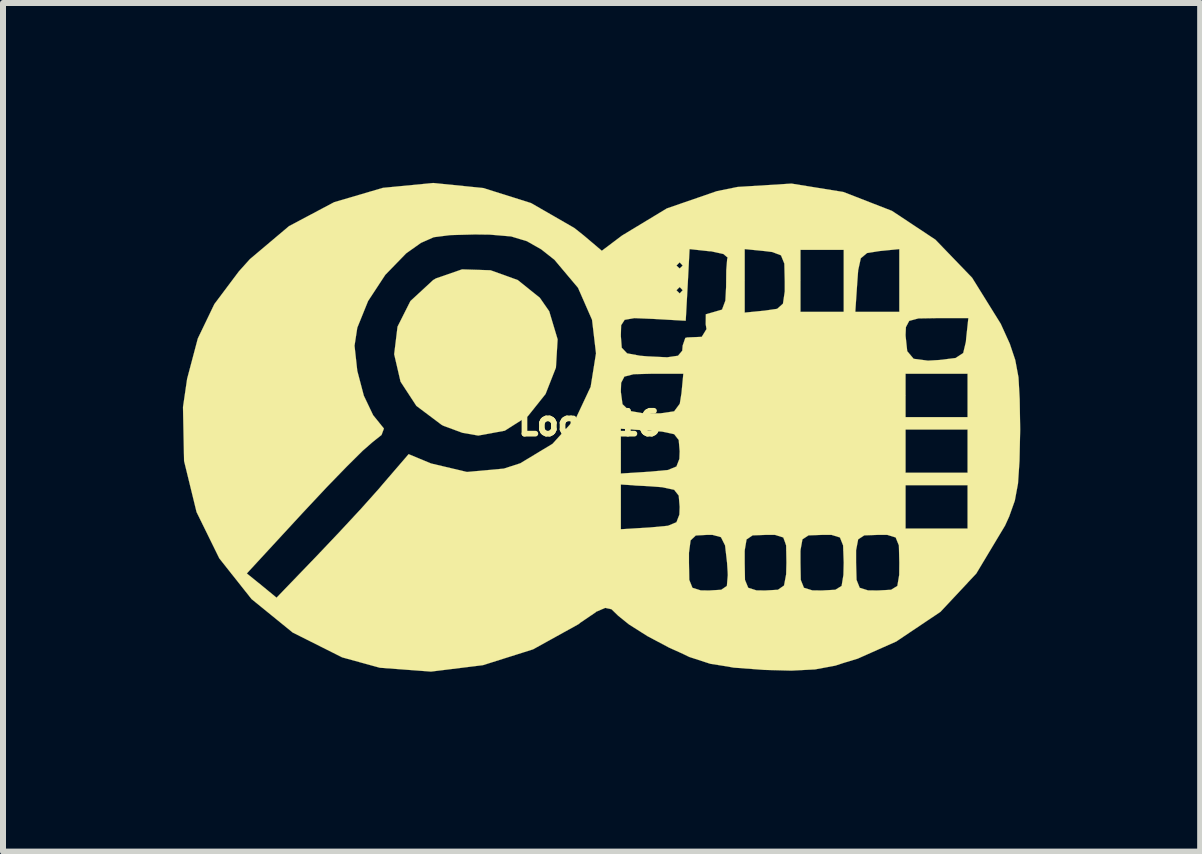
<source format=kicad_pcb>
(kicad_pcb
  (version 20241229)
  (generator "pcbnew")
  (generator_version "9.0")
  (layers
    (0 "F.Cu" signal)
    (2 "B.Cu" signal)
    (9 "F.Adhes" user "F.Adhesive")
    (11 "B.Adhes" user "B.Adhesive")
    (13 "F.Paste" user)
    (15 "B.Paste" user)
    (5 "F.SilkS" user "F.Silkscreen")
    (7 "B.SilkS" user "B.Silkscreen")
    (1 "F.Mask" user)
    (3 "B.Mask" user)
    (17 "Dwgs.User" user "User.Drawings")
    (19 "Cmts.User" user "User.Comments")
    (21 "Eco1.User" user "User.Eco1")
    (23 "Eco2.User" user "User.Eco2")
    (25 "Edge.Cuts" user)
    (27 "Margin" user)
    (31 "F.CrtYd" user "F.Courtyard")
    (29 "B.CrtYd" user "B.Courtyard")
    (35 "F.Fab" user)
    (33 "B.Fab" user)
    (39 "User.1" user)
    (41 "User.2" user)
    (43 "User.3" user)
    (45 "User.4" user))
  (footprint "Logo_16"
    (layer "F.Cu")
    (at 6.783 4.009)
    (property "Reference" "Logo_16" (at 0 0 0) (layer "F.SilkS") (effects (font (size 0.381 0.381) (thickness 0.127))))
    (attr through_hole)
    (fp_poly (pts (xy -0.536 -1.402) (xy -0.564 -0.93) (xy -0.737 -0.49) (xy -1.029 -0.124) (xy -1.417 0.122) (xy -1.859 0.203) (xy -2.123 0.157) (xy -2.433 0.043) (xy -2.469 0.025) (xy -2.891 -0.292) (xy -3.155 -0.696) (xy -3.261 -1.153) (xy -3.205 -1.613) (xy -2.99 -2.04) (xy -2.611 -2.39) (xy -2.563 -2.418) (xy -2.129 -2.568) (xy -1.654 -2.553) (xy -1.201 -2.39) (xy -0.833 -2.095) (xy -0.676 -1.869) (xy -0.536 -1.402)) (stroke (width 0.003) (type solid)) (fill yes) (layer "F.SilkS"))
    (fp_poly (pts (xy 7.176 0.102) (xy 7.165 0.625) (xy 7.14 1.001) (xy 7.087 1.288) (xy 6.993 1.552) (xy 6.924 1.704) (xy 6.444 2.504) (xy 6.312 2.644) (xy 6.312 -1.755) (xy 5.789 -1.755) (xy 5.479 -1.75) (xy 5.326 -1.709) (xy 5.271 -1.605) (xy 5.265 -1.466) (xy 5.293 -1.204) (xy 5.4 -1.077) (xy 5.639 -1.046) (xy 5.829 -1.057) (xy 6.099 -1.09) (xy 6.226 -1.173) (xy 6.271 -1.361) (xy 6.276 -1.422) (xy 6.312 -1.755) (xy 6.312 2.644) (xy 6.299 2.659) (xy 6.299 1.753) (xy 6.299 1.394) (xy 6.299 1.031) (xy 6.299 0.823) (xy 6.299 0.465) (xy 6.299 0.102) (xy 6.299 -0.104) (xy 6.299 -0.465) (xy 6.299 -0.828) (xy 5.781 -0.828) (xy 5.265 -0.828) (xy 5.265 -0.465) (xy 5.265 -0.104) (xy 5.781 -0.104) (xy 6.299 -0.104) (xy 6.299 0.102) (xy 5.781 0.102) (xy 5.265 0.102) (xy 5.265 0.465) (xy 5.265 0.823) (xy 5.781 0.823) (xy 6.299 0.823) (xy 6.299 1.031) (xy 5.781 1.031) (xy 5.265 1.031) (xy 5.265 1.394) (xy 5.265 1.753) (xy 5.781 1.753) (xy 6.299 1.753) (xy 6.299 2.659) (xy 5.847 3.142) (xy 5.161 3.602) (xy 5.161 2.322) (xy 5.161 -1.859) (xy 5.161 -2.383) (xy 5.161 -2.906) (xy 4.829 -2.873) (xy 4.623 -2.84) (xy 4.519 -2.753) (xy 4.475 -2.553) (xy 4.46 -2.349) (xy 4.427 -1.859) (xy 4.793 -1.859) (xy 5.161 -1.859) (xy 5.161 2.322) (xy 5.154 2.035) (xy 5.1 1.902) (xy 4.961 1.859) (xy 4.801 1.859) (xy 4.577 1.867) (xy 4.475 1.933) (xy 4.44 2.116) (xy 4.44 2.322) (xy 4.448 2.609) (xy 4.501 2.741) (xy 4.638 2.784) (xy 4.801 2.786) (xy 5.024 2.774) (xy 5.128 2.71) (xy 5.159 2.527) (xy 5.161 2.322) (xy 5.161 3.602) (xy 5.113 3.635) (xy 4.468 3.922) (xy 4.234 3.993) (xy 4.234 2.322) (xy 4.234 -1.859) (xy 4.234 -2.375) (xy 4.234 -2.893) (xy 3.871 -2.893) (xy 3.513 -2.893) (xy 3.513 -2.375) (xy 3.513 -1.859) (xy 3.871 -1.859) (xy 4.234 -1.859) (xy 4.234 2.322) (xy 4.224 2.035) (xy 4.171 1.902) (xy 4.031 1.859) (xy 3.871 1.859) (xy 3.647 1.867) (xy 3.546 1.933) (xy 3.513 2.116) (xy 3.513 2.322) (xy 3.518 2.609) (xy 3.571 2.741) (xy 3.711 2.784) (xy 3.871 2.786) (xy 4.094 2.774) (xy 4.199 2.71) (xy 4.229 2.527) (xy 4.234 2.322) (xy 4.234 3.993) (xy 4.094 4.039) (xy 3.754 4.102) (xy 3.36 4.122) (xy 3.279 4.12) (xy 3.279 2.322) (xy 3.274 2.035) (xy 3.251 1.968) (xy 3.251 -2.2) (xy 3.251 -2.375) (xy 3.244 -2.664) (xy 3.188 -2.802) (xy 3.043 -2.857) (xy 2.916 -2.873) (xy 2.583 -2.906) (xy 2.583 -2.375) (xy 2.583 -1.847) (xy 2.916 -1.88) (xy 3.124 -1.91) (xy 3.221 -1.996) (xy 3.251 -2.2) (xy 3.251 1.968) (xy 3.226 1.902) (xy 3.089 1.859) (xy 2.934 1.859) (xy 2.715 1.867) (xy 2.614 1.935) (xy 2.583 2.118) (xy 2.583 2.322) (xy 2.588 2.609) (xy 2.642 2.741) (xy 2.779 2.784) (xy 2.926 2.786) (xy 3.137 2.774) (xy 3.239 2.703) (xy 3.274 2.517) (xy 3.279 2.322) (xy 3.279 4.12) (xy 2.908 4.11) (xy 2.398 4.072) (xy 2.301 4.054) (xy 2.301 2.53) (xy 2.299 2.477) (xy 2.299 -2.764) (xy 2.228 -2.824) (xy 2.019 -2.87) (xy 1.994 -2.87) (xy 1.664 -2.906) (xy 1.633 -2.311) (xy 1.6 -1.712) (xy 1.549 -1.714) (xy 1.549 -2.22) (xy 1.549 -2.631) (xy 1.499 -2.685) (xy 1.445 -2.631) (xy 1.499 -2.583) (xy 1.549 -2.631) (xy 1.549 -2.22) (xy 1.499 -2.273) (xy 1.445 -2.22) (xy 1.499 -2.167) (xy 1.549 -2.22) (xy 1.549 -1.714) (xy 1.059 -1.742) (xy 0.744 -1.755) (xy 0.582 -1.727) (xy 0.523 -1.636) (xy 0.518 -1.46) (xy 0.533 -1.262) (xy 0.622 -1.168) (xy 0.838 -1.128) (xy 0.958 -1.118) (xy 1.29 -1.102) (xy 1.471 -1.128) (xy 1.542 -1.212) (xy 1.549 -1.298) (xy 1.593 -1.425) (xy 1.626 -1.433) (xy 1.867 -1.443) (xy 1.946 -1.572) (xy 1.933 -1.654) (xy 1.935 -1.819) (xy 2.075 -1.859) (xy 2.205 -1.897) (xy 2.261 -2.047) (xy 2.273 -2.273) (xy 2.276 -2.555) (xy 2.291 -2.741) (xy 2.299 -2.764) (xy 2.299 2.477) (xy 2.289 2.322) (xy 2.256 2.035) (xy 2.187 1.897) (xy 2.047 1.859) (xy 1.951 1.859) (xy 1.768 1.869) (xy 1.681 1.951) (xy 1.654 2.156) (xy 1.654 2.322) (xy 1.659 2.609) (xy 1.712 2.741) (xy 1.849 2.784) (xy 1.989 2.786) (xy 2.192 2.774) (xy 2.286 2.71) (xy 2.301 2.53) (xy 2.301 4.054) (xy 2.009 4.008) (xy 1.659 3.894) (xy 1.56 3.846) (xy 1.56 -0.828) (xy 1.041 -0.828) (xy 0.732 -0.82) (xy 0.577 -0.78) (xy 0.523 -0.676) (xy 0.518 -0.526) (xy 0.546 -0.32) (xy 0.663 -0.208) (xy 0.907 -0.165) (xy 1.181 -0.168) (xy 1.407 -0.201) (xy 1.501 -0.328) (xy 1.529 -0.503) (xy 1.56 -0.828) (xy 1.56 3.846) (xy 1.499 3.818) (xy 1.499 1.394) (xy 1.499 0.465) (xy 1.483 0.277) (xy 1.407 0.18) (xy 1.206 0.137) (xy 1.006 0.122) (xy 0.518 0.089) (xy 0.518 0.465) (xy 0.518 0.836) (xy 1.006 0.805) (xy 1.303 0.777) (xy 1.445 0.719) (xy 1.494 0.592) (xy 1.499 0.465) (xy 1.499 1.394) (xy 1.483 1.204) (xy 1.407 1.107) (xy 1.206 1.064) (xy 1.006 1.049) (xy 0.518 1.019) (xy 0.518 1.394) (xy 0.518 1.765) (xy 1.006 1.735) (xy 1.303 1.707) (xy 1.445 1.648) (xy 1.494 1.521) (xy 1.499 1.394) (xy 1.499 3.818) (xy 1.323 3.739) (xy 0.96 3.546) (xy 0.655 3.353) (xy 0.475 3.208) (xy 0.363 3.099) (xy 0.257 3.076) (xy 0.104 3.142) (xy 0.104 -1.168) (xy 0.038 -1.727) (xy -0.196 -2.261) (xy -0.589 -2.728) (xy -0.808 -2.901) (xy -1.049 -3.038) (xy -1.311 -3.117) (xy -1.664 -3.147) (xy -1.918 -3.15) (xy -2.327 -3.139) (xy -2.601 -3.104) (xy -2.814 -3.01) (xy -3.04 -2.85) (xy -3.061 -2.835) (xy -3.409 -2.477) (xy -3.696 -2.04) (xy -3.876 -1.595) (xy -3.922 -1.295) (xy -3.876 -0.876) (xy -3.767 -0.462) (xy -3.612 -0.137) (xy -3.536 -0.043) (xy -3.432 0.086) (xy -3.472 0.193) (xy -3.619 0.31) (xy -3.785 0.455) (xy -4.051 0.719) (xy -4.384 1.062) (xy -4.75 1.453) (xy -4.793 1.499) (xy -5.718 2.502) (xy -5.469 2.703) (xy -5.222 2.906) (xy -4.544 2.202) (xy -4.181 1.819) (xy -3.815 1.425) (xy -3.513 1.087) (xy -3.442 1.003) (xy -3.02 0.513) (xy -2.647 0.668) (xy -2.047 0.81) (xy -1.433 0.754) (xy -1.158 0.665) (xy -0.62 0.34) (xy -0.226 -0.097) (xy 0.015 -0.61) (xy 0.104 -1.168) (xy 0.104 3.142) (xy 0.102 3.147) (xy -0.16 3.325) (xy -0.188 3.348) (xy -0.945 3.767) (xy -1.781 4.031) (xy -2.647 4.138) (xy -3.5 4.074) (xy -4.128 3.901) (xy -4.953 3.487) (xy -5.639 2.929) (xy -6.177 2.25) (xy -6.556 1.478) (xy -6.764 0.627) (xy -6.782 -0.272) (xy -6.713 -0.744) (xy -6.535 -1.415) (xy -6.259 -1.989) (xy -5.852 -2.532) (xy -5.667 -2.738) (xy -5.014 -3.289) (xy -4.262 -3.688) (xy -3.449 -3.927) (xy -2.609 -4.008) (xy -1.775 -3.924) (xy -0.978 -3.673) (xy -0.259 -3.259) (xy -0.099 -3.132) (xy 0.201 -2.878) (xy 0.538 -3.132) (xy 1.285 -3.584) (xy 2.116 -3.871) (xy 2.464 -3.942) (xy 3.363 -3.998) (xy 4.229 -3.858) (xy 5.039 -3.543) (xy 5.763 -3.063) (xy 6.375 -2.428) (xy 6.853 -1.659) (xy 6.855 -1.654) (xy 7.003 -1.328) (xy 7.094 -1.057) (xy 7.148 -0.767) (xy 7.168 -0.406) (xy 7.176 0.102)) (stroke (width 0.003) (type solid)) (fill yes) (layer "F.SilkS")))
  (gr_rect
    (start -3 -3)
    (end 16.96 11.148)
    (stroke (width 0.1) (type default))
    (fill no)
    (layer "Edge.Cuts")))
</source>
